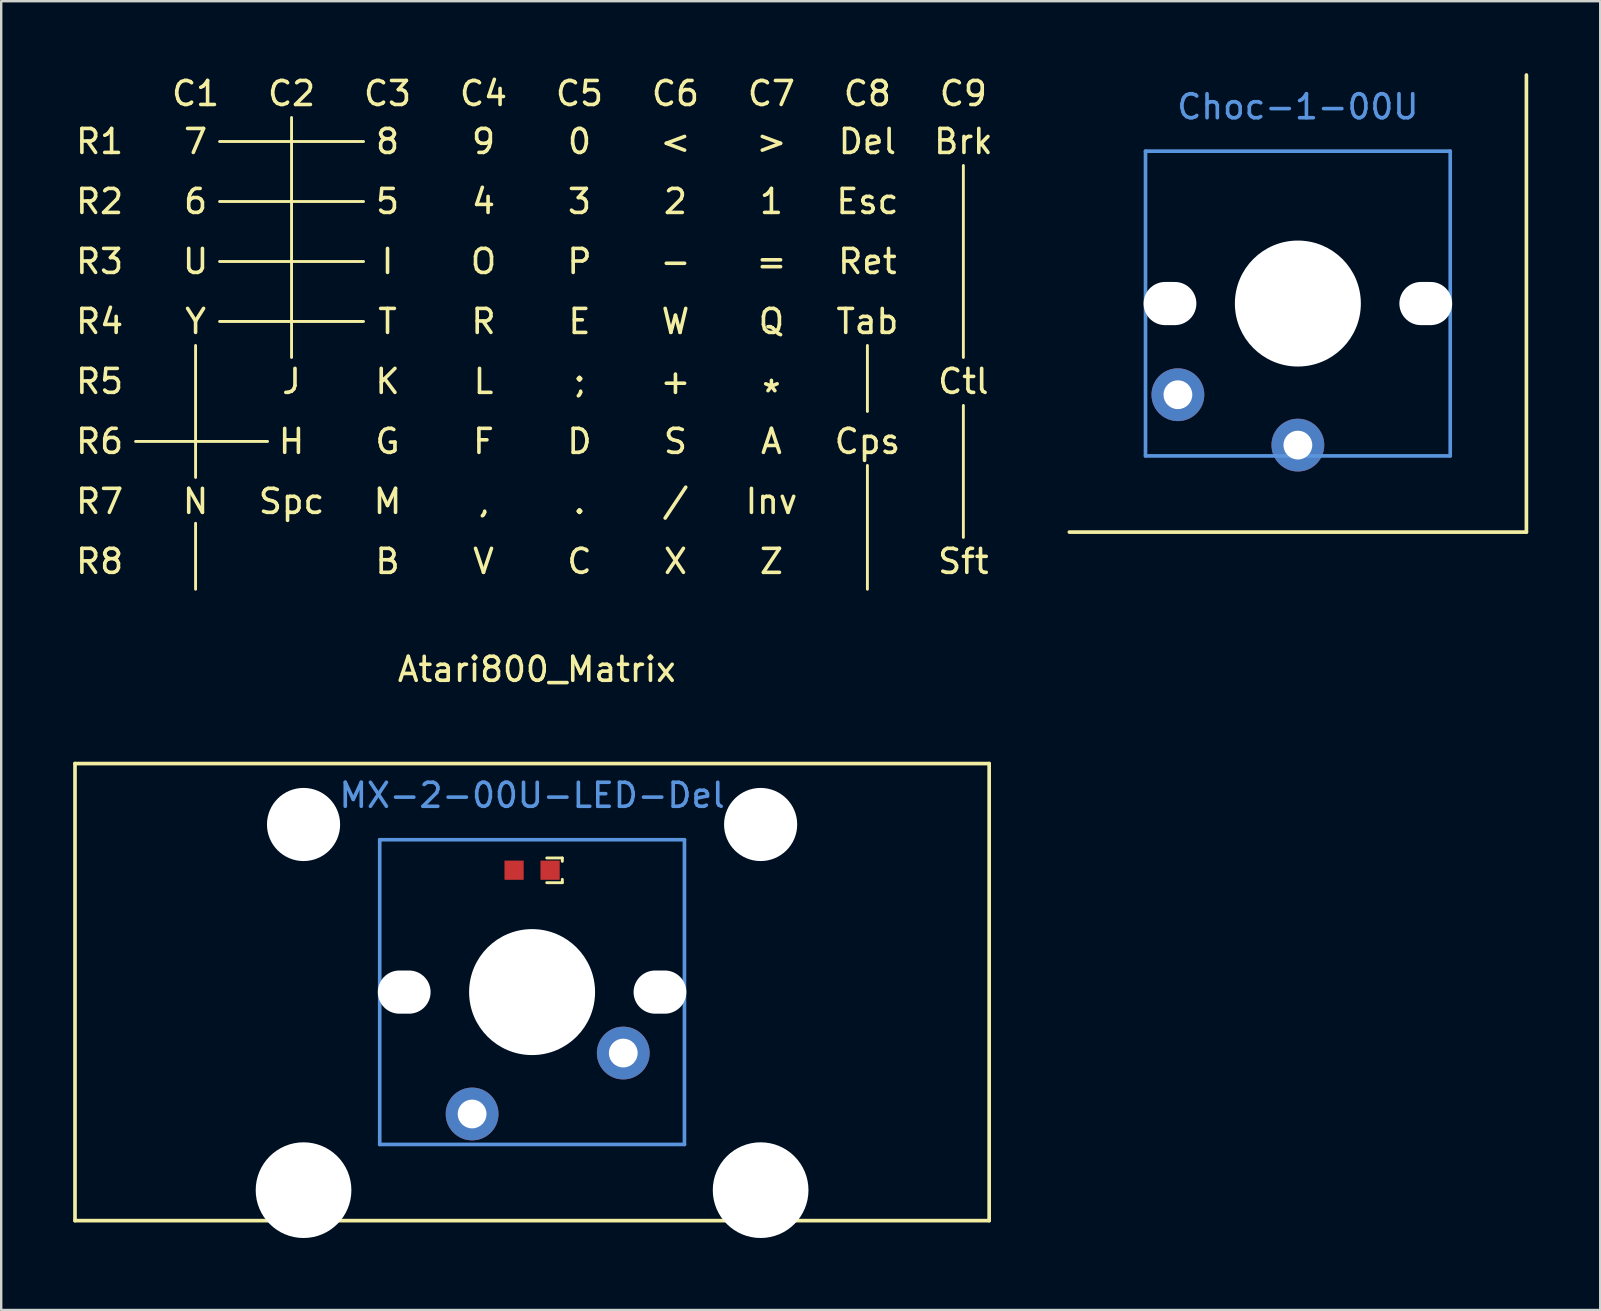
<source format=kicad_pcb>
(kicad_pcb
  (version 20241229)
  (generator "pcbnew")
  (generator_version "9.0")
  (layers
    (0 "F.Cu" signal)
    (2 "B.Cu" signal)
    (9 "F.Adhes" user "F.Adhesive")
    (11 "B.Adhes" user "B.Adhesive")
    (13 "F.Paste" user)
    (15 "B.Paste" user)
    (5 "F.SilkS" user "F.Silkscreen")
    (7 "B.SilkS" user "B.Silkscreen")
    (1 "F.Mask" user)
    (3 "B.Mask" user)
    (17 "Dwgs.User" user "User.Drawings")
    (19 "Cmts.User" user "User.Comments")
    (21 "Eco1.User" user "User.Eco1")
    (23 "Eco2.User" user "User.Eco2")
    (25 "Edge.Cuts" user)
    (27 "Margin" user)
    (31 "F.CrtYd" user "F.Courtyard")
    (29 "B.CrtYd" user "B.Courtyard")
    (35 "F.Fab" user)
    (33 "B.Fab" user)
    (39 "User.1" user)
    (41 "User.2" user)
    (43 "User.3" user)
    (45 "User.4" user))
  (footprint "Atari800_Matrix"
    (layer "F.Cu")
    (at 19.321 11.348)
    (property "Reference" "Atari800_Matrix" (at 0 13.5 0) (layer "F.SilkS") (effects (font (size 1 1) (thickness 0.15))))
    (attr through_hole)
    (fp_line (start -16.72 4) (end -11.22 4) (stroke (width 0.12) (type solid)) (layer "F.SilkS"))
    (fp_line (start -14.22 0) (end -14.22 5.5) (stroke (width 0.12) (type solid)) (layer "F.SilkS"))
    (fp_line (start -14.22 7.41) (end -14.22 10.16) (stroke (width 0.12) (type solid)) (layer "F.SilkS"))
    (fp_line (start -13.22 -8.5) (end -7.22 -8.5) (stroke (width 0.12) (type solid)) (layer "F.SilkS"))
    (fp_line (start -13.22 -6) (end -7.22 -6) (stroke (width 0.12) (type solid)) (layer "F.SilkS"))
    (fp_line (start -13.22 -3.5) (end -7.22 -3.5) (stroke (width 0.12) (type solid)) (layer "F.SilkS"))
    (fp_line (start -13.22 -1) (end -7.22 -1) (stroke (width 0.12) (type solid)) (layer "F.SilkS"))
    (fp_line (start -10.22 -9.5) (end -10.22 0.5) (stroke (width 0.12) (type solid)) (layer "F.SilkS"))
    (fp_line (start 13.78 0) (end 13.78 2.75) (stroke (width 0.12) (type solid)) (layer "F.SilkS"))
    (fp_line (start 13.78 5) (end 13.78 10.16) (stroke (width 0.12) (type solid)) (layer "F.SilkS"))
    (fp_line (start 17.78 -7.5) (end 17.78 0.5) (stroke (width 0.12) (type solid)) (layer "F.SilkS"))
    (fp_line (start 17.78 2.5) (end 17.78 8) (stroke (width 0.12) (type solid)) (layer "F.SilkS"))
    (fp_text user "-" (at 5.78 -3.5 0) (layer "F.SilkS") (effects (font (size 1 1) (thickness 0.15))))
    (fp_text user "C8" (at 13.78 -10.5 0) (layer "F.SilkS") (effects (font (size 1 1) (thickness 0.15))))
    (fp_text user "L" (at -2.22 1.5 0) (layer "F.SilkS") (effects (font (size 1 1) (thickness 0.15))))
    (fp_text user "Ctl" (at 17.78 1.5 0) (layer "F.SilkS") (effects (font (size 1 1) (thickness 0.15))))
    (fp_text user "C9" (at 17.78 -10.5 0) (layer "F.SilkS") (effects (font (size 1 1) (thickness 0.15))))
    (fp_text user "E" (at 1.78 -1 0) (layer "F.SilkS") (effects (font (size 1 1) (thickness 0.15))))
    (fp_text user "3" (at 1.78 -6 0) (layer "F.SilkS") (effects (font (size 1 1) (thickness 0.15))))
    (fp_text user "I" (at -6.22 -3.5 0) (layer "F.SilkS") (effects (font (size 1 1) (thickness 0.15))))
    (fp_text user "<" (at 5.78 -8.5 0) (layer "F.SilkS") (effects (font (size 1 1) (thickness 0.15))))
    (fp_text user "T" (at -6.22 -1 0) (layer "F.SilkS") (effects (font (size 1 1) (thickness 0.15))))
    (fp_text user "R8" (at -18.22 9 0) (layer "F.SilkS") (effects (font (size 1 1) (thickness 0.15))))
    (fp_text user ">" (at 9.78 -8.5 0) (layer "F.SilkS") (effects (font (size 1 1) (thickness 0.15))))
    (fp_text user "X" (at 5.78 9 0) (layer "F.SilkS") (effects (font (size 1 1) (thickness 0.15))))
    (fp_text user "C1" (at -14.22 -10.5 0) (layer "F.SilkS") (effects (font (size 1 1) (thickness 0.15))))
    (fp_text user "." (at 1.78 6.5 0) (layer "F.SilkS") (effects (font (size 1 1) (thickness 0.15))))
    (fp_text user "Esc" (at 13.78 -6 0) (layer "F.SilkS") (effects (font (size 1 1) (thickness 0.15))))
    (fp_text user "F" (at -2.22 4 0) (layer "F.SilkS") (effects (font (size 1 1) (thickness 0.15))))
    (fp_text user "S" (at 5.78 4 0) (layer "F.SilkS") (effects (font (size 1 1) (thickness 0.15))))
    (fp_text user "4" (at -2.22 -6 0) (layer "F.SilkS") (effects (font (size 1 1) (thickness 0.15))))
    (fp_text user "Q" (at 9.78 -1 0) (layer "F.SilkS") (effects (font (size 1 1) (thickness 0.15))))
    (fp_text user "C3" (at -6.22 -10.5 0) (layer "F.SilkS") (effects (font (size 1 1) (thickness 0.15))))
    (fp_text user "Y" (at -14.22 -1 0) (layer "F.SilkS") (effects (font (size 1 1) (thickness 0.15))))
    (fp_text user "C6" (at 5.78 -10.5 0) (layer "F.SilkS") (effects (font (size 1 1) (thickness 0.15))))
    (fp_text user "9" (at -2.22 -8.5 0) (layer "F.SilkS") (effects (font (size 1 1) (thickness 0.15))))
    (fp_text user "7" (at -14.22 -8.5 0) (layer "F.SilkS") (effects (font (size 1 1) (thickness 0.15))))
    (fp_text user "C" (at 1.78 9 0) (layer "F.SilkS") (effects (font (size 1 1) (thickness 0.15))))
    (fp_text user "N" (at -14.22 6.5 0) (layer "F.SilkS") (effects (font (size 1 1) (thickness 0.15))))
    (fp_text user "H" (at -10.22 4 0) (layer "F.SilkS") (effects (font (size 1 1) (thickness 0.15))))
    (fp_text user "C5" (at 1.78 -10.5 0) (layer "F.SilkS") (effects (font (size 1 1) (thickness 0.15))))
    (fp_text user "B" (at -6.22 9 0) (layer "F.SilkS") (effects (font (size 1 1) (thickness 0.15))))
    (fp_text user "1" (at 9.78 -6 0) (layer "F.SilkS") (effects (font (size 1 1) (thickness 0.15))))
    (fp_text user "R7" (at -18.22 6.5 0) (layer "F.SilkS") (effects (font (size 1 1) (thickness 0.15))))
    (fp_text user "Sft" (at 17.78 9 0) (layer "F.SilkS") (effects (font (size 1 1) (thickness 0.15))))
    (fp_text user "Cps" (at 13.78 4 0) (layer "F.SilkS") (effects (font (size 1 1) (thickness 0.15))))
    (fp_text user "R5" (at -18.22 1.5 0) (layer "F.SilkS") (effects (font (size 1 1) (thickness 0.15))))
    (fp_text user "Z" (at 9.78 9 0) (layer "F.SilkS") (effects (font (size 1 1) (thickness 0.15))))
    (fp_text user "D" (at 1.78 4 0) (layer "F.SilkS") (effects (font (size 1 1) (thickness 0.15))))
    (fp_text user "=" (at 9.78 -3.5 0) (layer "F.SilkS") (effects (font (size 1 1) (thickness 0.15))))
    (fp_text user "Ret" (at 13.78 -3.5 0) (layer "F.SilkS") (effects (font (size 1 1) (thickness 0.15))))
    (fp_text user "C7" (at 9.78 -10.5 0) (layer "F.SilkS") (effects (font (size 1 1) (thickness 0.15))))
    (fp_text user "P" (at 1.78 -3.5 0) (layer "F.SilkS") (effects (font (size 1 1) (thickness 0.15))))
    (fp_text user "Inv" (at 9.78 6.5 0) (layer "F.SilkS") (effects (font (size 1 1) (thickness 0.15))))
    (fp_text user "C2" (at -10.22 -10.5 0) (layer "F.SilkS") (effects (font (size 1 1) (thickness 0.15))))
    (fp_text user "2" (at 5.78 -6 0) (layer "F.SilkS") (effects (font (size 1 1) (thickness 0.15))))
    (fp_text user "+" (at 5.78 1.5 0) (layer "F.SilkS") (effects (font (size 1 1) (thickness 0.15))))
    (fp_text user ";" (at 1.78 1.5 0) (layer "F.SilkS") (effects (font (size 1 1) (thickness 0.15))))
    (fp_text user "R" (at -2.22 -1 0) (layer "F.SilkS") (effects (font (size 1 1) (thickness 0.15))))
    (fp_text user "M" (at -6.22 6.5 0) (layer "F.SilkS") (effects (font (size 1 1) (thickness 0.15))))
    (fp_text user "/" (at 5.78 6.5 0) (layer "F.SilkS") (effects (font (size 1 1) (thickness 0.15))))
    (fp_text user "R4" (at -18.22 -1 0) (layer "F.SilkS") (effects (font (size 1 1) (thickness 0.15))))
    (fp_text user "R2" (at -18.22 -6 0) (layer "F.SilkS") (effects (font (size 1 1) (thickness 0.15))))
    (fp_text user "Del" (at 13.78 -8.5 0) (layer "F.SilkS") (effects (font (size 1 1) (thickness 0.15))))
    (fp_text user "*" (at 9.78 2 0) (layer "F.SilkS") (effects (font (size 1 1) (thickness 0.15))))
    (fp_text user "R3" (at -18.22 -3.5 0) (layer "F.SilkS") (effects (font (size 1 1) (thickness 0.15))))
    (fp_text user "0" (at 1.78 -8.5 0) (layer "F.SilkS") (effects (font (size 1 1) (thickness 0.15))))
    (fp_text user "8" (at -6.22 -8.5 0) (layer "F.SilkS") (effects (font (size 1 1) (thickness 0.15))))
    (fp_text user "R1" (at -18.22 -8.5 0) (layer "F.SilkS") (effects (font (size 1 1) (thickness 0.15))))
    (fp_text user "O" (at -2.22 -3.5 0) (layer "F.SilkS") (effects (font (size 1 1) (thickness 0.15))))
    (fp_text user "Spc" (at -10.22 6.5 0) (layer "F.SilkS") (effects (font (size 1 1) (thickness 0.15))))
    (fp_text user "," (at -2.22 6.5 0) (layer "F.SilkS") (effects (font (size 1 1) (thickness 0.15))))
    (fp_text user "K" (at -6.22 1.5 0) (layer "F.SilkS") (effects (font (size 1 1) (thickness 0.15))))
    (fp_text user "C4" (at -2.22 -10.5 0) (layer "F.SilkS") (effects (font (size 1 1) (thickness 0.15))))
    (fp_text user "R6" (at -18.22 4 0) (layer "F.SilkS") (effects (font (size 1 1) (thickness 0.15))))
    (fp_text user "5" (at -6.22 -6 0) (layer "F.SilkS") (effects (font (size 1 1) (thickness 0.15))))
    (fp_text user "Brk" (at 17.78 -8.5 0) (layer "F.SilkS") (effects (font (size 1 1) (thickness 0.15))))
    (fp_text user "6" (at -14.22 -6 0) (layer "F.SilkS") (effects (font (size 1 1) (thickness 0.15))))
    (fp_text user "W" (at 5.78 -1 0) (layer "F.SilkS") (effects (font (size 1 1) (thickness 0.15))))
    (fp_text user "V" (at -2.22 9 0) (layer "F.SilkS") (effects (font (size 1 1) (thickness 0.15))))
    (fp_text user "Tab" (at 13.78 -1 0) (layer "F.SilkS") (effects (font (size 1 1) (thickness 0.15))))
    (fp_text user "A" (at 9.78 4 0) (layer "F.SilkS") (effects (font (size 1 1) (thickness 0.15))))
    (fp_text user "G" (at -6.22 4 0) (layer "F.SilkS") (effects (font (size 1 1) (thickness 0.15))))
    (fp_text user "J" (at -10.22 1.5 0) (layer "F.SilkS") (effects (font (size 1 1) (thickness 0.15))))
    (fp_text user "U" (at -14.22 -3.5 0) (layer "F.SilkS") (effects (font (size 1 1) (thickness 0.15)))))
  (footprint "Choc-1-00U"
    (layer "F.Cu")
    (at 51.042 4.521)
    (property "Reference" "Choc-1-00U" (at 0 -3.12 0) (layer "Cmts.User") (effects (font (size 1 1) (thickness 0.15))))
    (fp_line (start 9.525 -4.445) (end 9.525 14.605) (stroke (width 0.152) (type solid)) (layer "F.SilkS"))
    (fp_line (start 9.525 14.605) (end -9.525 14.605) (stroke (width 0.152) (type solid)) (layer "F.SilkS"))
    (fp_line (start -6.35 -1.27) (end 6.35 -1.27) (stroke (width 0.152) (type solid)) (layer "Cmts.User"))
    (fp_line (start -6.35 11.43) (end -6.35 -1.27) (stroke (width 0.152) (type solid)) (layer "Cmts.User"))
    (fp_line (start 6.35 -1.27) (end 6.35 11.43) (stroke (width 0.152) (type solid)) (layer "Cmts.User"))
    (fp_line (start 6.35 11.43) (end -6.35 11.43) (stroke (width 0.152) (type solid)) (layer "Cmts.User"))
    (pad "" np_thru_hole oval (at -5.33 5.08 270) (size 1.8 2.2) (drill oval 1.8 2.2) (layers "*.Cu" "*.Mask"))
    (pad "" np_thru_hole circle (at 0 5.08 180) (size 5.25 5.25) (drill 5.25) (layers "*.Cu" "*.Mask"))
    (pad "" np_thru_hole oval (at 5.33 5.08 270) (size 1.8 2.2) (drill oval 1.8 2.2) (layers "*.Cu" "*.Mask"))
    (pad "1" thru_hole circle (at 0 10.98 90) (size 2.2 2.2) (drill 1.2) (layers "*.Cu" "*.Mask"))
    (pad "2" thru_hole circle (at -5 8.88 270) (size 2.2 2.2) (drill 1.2) (layers "*.Cu" "*.Mask")))
  (footprint "MX-2-00U-LED-Del"
    (layer "F.Cu")
    (at 19.126 33.218)
    (property "Reference" "MX-2-00U-LED-Del" (at 0 -3.12 0) (layer "Cmts.User") (effects (font (size 1 1) (thickness 0.15))))
    (fp_line (start -19.05 -4.445) (end 19.05 -4.445) (stroke (width 0.152) (type solid)) (layer "F.SilkS"))
    (fp_line (start -19.05 14.605) (end -19.05 -4.445) (stroke (width 0.152) (type solid)) (layer "F.SilkS"))
    (fp_line (start 0.61 -0.51) (end 1.26 -0.51) (stroke (width 0.12) (type solid)) (layer "F.SilkS"))
    (fp_line (start 0.61 0.52) (end 1.26 0.52) (stroke (width 0.12) (type solid)) (layer "F.SilkS"))
    (fp_line (start 1.26 -0.51) (end 1.26 -0.37) (stroke (width 0.12) (type solid)) (layer "F.SilkS"))
    (fp_line (start 1.26 0.52) (end 1.26 0.38) (stroke (width 0.12) (type solid)) (layer "F.SilkS"))
    (fp_line (start 19.05 -4.445) (end 19.05 14.605) (stroke (width 0.152) (type solid)) (layer "F.SilkS"))
    (fp_line (start 19.05 14.605) (end -19.05 14.605) (stroke (width 0.152) (type solid)) (layer "F.SilkS"))
    (fp_line (start -6.35 -1.27) (end 6.35 -1.27) (stroke (width 0.152) (type solid)) (layer "Cmts.User"))
    (fp_line (start -6.35 11.43) (end -6.35 -1.27) (stroke (width 0.152) (type solid)) (layer "Cmts.User"))
    (fp_line (start 6.35 -1.27) (end 6.35 11.43) (stroke (width 0.152) (type solid)) (layer "Cmts.User"))
    (fp_line (start 6.35 11.43) (end -6.35 11.43) (stroke (width 0.152) (type solid)) (layer "Cmts.User"))
    (pad "" np_thru_hole circle (at -9.525 -1.905 180) (size 3.048 3.048) (drill 3.048) (layers "*.Cu" "*.Mask"))
    (pad "" np_thru_hole circle (at -9.525 13.335 180) (size 3.988 3.988) (drill 3.988) (layers "*.Cu" "*.Mask"))
    (pad "" np_thru_hole oval (at -5.33 5.08 270) (size 1.8 2.2) (drill oval 1.8 2.2) (layers "*.Cu" "*.Mask"))
    (pad "" np_thru_hole circle (at 0 5.08) (size 5.25 5.25) (drill 5.25) (layers "*.Cu" "*.Mask"))
    (pad "" np_thru_hole oval (at 5.33 5.08 270) (size 1.8 2.2) (drill oval 1.8 2.2) (layers "*.Cu" "*.Mask"))
    (pad "" np_thru_hole circle (at 9.525 -1.905 180) (size 3.048 3.048) (drill 3.048) (layers "*.Cu" "*.Mask"))
    (pad "" np_thru_hole circle (at 9.525 13.335 180) (size 3.988 3.988) (drill 3.988) (layers "*.Cu" "*.Mask"))
    (pad "1" thru_hole circle (at -2.5 10.16) (size 2.2 2.2) (drill oval 1.2) (layers "*.Cu" "*.Mask"))
    (pad "2" thru_hole circle (at 3.8 7.62 225) (size 2.2 2.2) (drill 1.2) (layers "*.Cu" "*.Mask"))
    (pad "3" smd rect (at 0.75 0 90) (size 0.8 0.8) (layers "F.Cu" "F.Mask" "F.Paste"))
    (pad "4" smd rect (at -0.75 0 90) (size 0.8 0.8) (layers "F.Cu" "F.Mask" "F.Paste")))
  (gr_rect
    (start -3 -3)
    (end 63.643 51.547)
    (stroke (width 0.1) (type default))
    (fill no)
    (layer "Edge.Cuts")))
</source>
